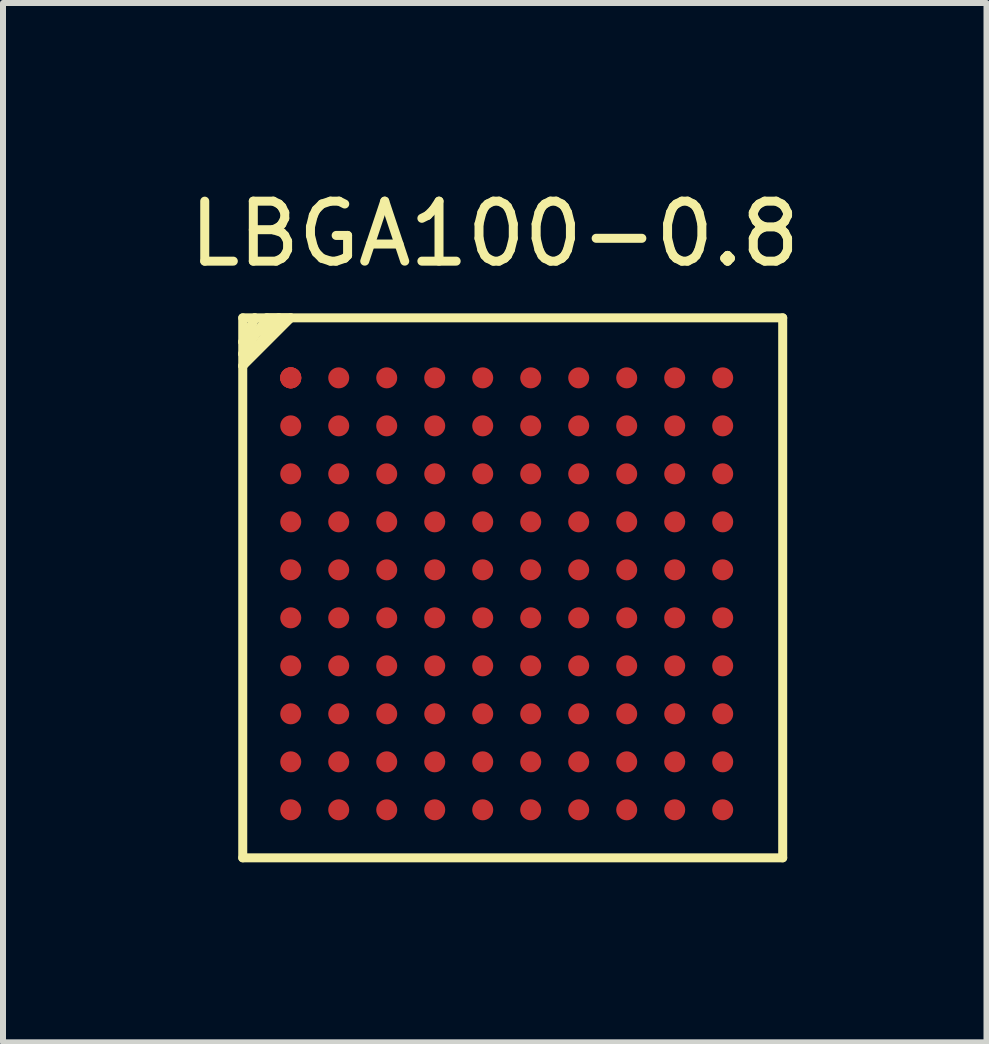
<source format=kicad_pcb>
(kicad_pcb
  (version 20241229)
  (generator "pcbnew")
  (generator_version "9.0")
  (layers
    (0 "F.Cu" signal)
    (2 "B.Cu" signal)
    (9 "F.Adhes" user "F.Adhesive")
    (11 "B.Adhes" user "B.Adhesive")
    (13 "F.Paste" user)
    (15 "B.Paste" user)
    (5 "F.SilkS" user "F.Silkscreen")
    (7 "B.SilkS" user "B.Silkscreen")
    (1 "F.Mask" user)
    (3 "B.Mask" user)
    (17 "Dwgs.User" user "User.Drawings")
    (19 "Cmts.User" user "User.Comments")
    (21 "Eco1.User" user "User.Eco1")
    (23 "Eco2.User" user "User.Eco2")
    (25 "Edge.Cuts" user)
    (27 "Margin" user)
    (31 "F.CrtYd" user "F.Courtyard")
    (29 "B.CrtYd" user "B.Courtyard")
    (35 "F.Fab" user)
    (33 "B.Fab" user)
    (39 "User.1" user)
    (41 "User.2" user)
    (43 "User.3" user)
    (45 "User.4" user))
  (footprint "LBGA100-0.8"
    (layer "F.Cu")
    (at 5.396 6.848)
    (property "Reference" "LBGA100-0.8" (at -0.2 -6 0) (layer "F.SilkS") (effects (font (size 1 1) (thickness 0.15))))
    (attr through_hole)
    (fp_line (start -4.4 -4.6) (end -4.4 4.4) (stroke (width 0.15) (type solid)) (layer "F.SilkS"))
    (fp_line (start -4.4 -4.2) (end -4.2 -4.6) (stroke (width 0.15) (type solid)) (layer "F.SilkS"))
    (fp_line (start -4.4 -4) (end -4 -4.6) (stroke (width 0.15) (type solid)) (layer "F.SilkS"))
    (fp_line (start -4.4 -3.8) (end -3.8 -4.6) (stroke (width 0.15) (type solid)) (layer "F.SilkS"))
    (fp_line (start -4.4 4.4) (end 4.6 4.4) (stroke (width 0.15) (type solid)) (layer "F.SilkS"))
    (fp_line (start -4.2 -4.6) (end -4.4 -4) (stroke (width 0.15) (type solid)) (layer "F.SilkS"))
    (fp_line (start -4 -4.6) (end -3.6 -4.6) (stroke (width 0.15) (type solid)) (layer "F.SilkS"))
    (fp_line (start -3.8 -4.6) (end -4.4 -4.2) (stroke (width 0.15) (type solid)) (layer "F.SilkS"))
    (fp_line (start -3.6 -4.6) (end -4.4 -3.8) (stroke (width 0.15) (type solid)) (layer "F.SilkS"))
    (fp_line (start 4.6 -4.6) (end -4.4 -4.6) (stroke (width 0.15) (type solid)) (layer "F.SilkS"))
    (fp_line (start 4.6 4.4) (end 4.6 -4.6) (stroke (width 0.15) (type solid)) (layer "F.SilkS"))
    (pad "A1" smd circle (at -3.6 -3.6) (size 0.35 0.35) (layers "F.Cu" "F.Mask" "F.Paste"))
    (pad "A1" smd circle (at -3.6 -3.6) (size 0.35 0.35) (layers "F.Cu" "F.Mask" "F.Paste"))
    (pad "A1" smd circle (at -3.6 -3.6) (size 0.35 0.35) (layers "F.Cu" "F.Mask" "F.Paste"))
    (pad "A1" smd circle (at -3.6 -3.6) (size 0.35 0.35) (layers "F.Cu" "F.Mask" "F.Paste"))
    (pad "A2" smd circle (at -2.8 -3.6) (size 0.35 0.35) (layers "F.Cu" "F.Mask" "F.Paste"))
    (pad "A3" smd circle (at -2 -3.6) (size 0.35 0.35) (layers "F.Cu" "F.Mask" "F.Paste"))
    (pad "A4" smd circle (at -1.2 -3.6) (size 0.35 0.35) (layers "F.Cu" "F.Mask" "F.Paste"))
    (pad "A5" smd circle (at -0.4 -3.6) (size 0.35 0.35) (layers "F.Cu" "F.Mask" "F.Paste"))
    (pad "A6" smd circle (at 0.4 -3.6) (size 0.35 0.35) (layers "F.Cu" "F.Mask" "F.Paste"))
    (pad "A7" smd circle (at 1.2 -3.6) (size 0.35 0.35) (layers "F.Cu" "F.Mask" "F.Paste"))
    (pad "A8" smd circle (at 2 -3.6) (size 0.35 0.35) (layers "F.Cu" "F.Mask" "F.Paste"))
    (pad "A9" smd circle (at 2.8 -3.6) (size 0.35 0.35) (layers "F.Cu" "F.Mask" "F.Paste"))
    (pad "A10" smd circle (at 3.6 -3.6) (size 0.35 0.35) (layers "F.Cu" "F.Mask" "F.Paste"))
    (pad "B1" smd circle (at -3.6 -2.8) (size 0.35 0.35) (layers "F.Cu" "F.Mask" "F.Paste"))
    (pad "B2" smd circle (at -2.8 -2.8) (size 0.35 0.35) (layers "F.Cu" "F.Mask" "F.Paste"))
    (pad "B3" smd circle (at -2 -2.8) (size 0.35 0.35) (layers "F.Cu" "F.Mask" "F.Paste"))
    (pad "B4" smd circle (at -1.2 -2.8) (size 0.35 0.35) (layers "F.Cu" "F.Mask" "F.Paste"))
    (pad "B5" smd circle (at -0.4 -2.8) (size 0.35 0.35) (layers "F.Cu" "F.Mask" "F.Paste"))
    (pad "B6" smd circle (at 0.4 -2.8) (size 0.35 0.35) (layers "F.Cu" "F.Mask" "F.Paste"))
    (pad "B7" smd circle (at 1.2 -2.8) (size 0.35 0.35) (layers "F.Cu" "F.Mask" "F.Paste"))
    (pad "B8" smd circle (at 2 -2.8) (size 0.35 0.35) (layers "F.Cu" "F.Mask" "F.Paste"))
    (pad "B9" smd circle (at 2.8 -2.8) (size 0.35 0.35) (layers "F.Cu" "F.Mask" "F.Paste"))
    (pad "B10" smd circle (at 3.6 -2.8) (size 0.35 0.35) (layers "F.Cu" "F.Mask" "F.Paste"))
    (pad "C1" smd circle (at -3.6 -2) (size 0.35 0.35) (layers "F.Cu" "F.Mask" "F.Paste"))
    (pad "C2" smd circle (at -2.8 -2) (size 0.35 0.35) (layers "F.Cu" "F.Mask" "F.Paste"))
    (pad "C3" smd circle (at -2 -2) (size 0.35 0.35) (layers "F.Cu" "F.Mask" "F.Paste"))
    (pad "C4" smd circle (at -1.2 -2) (size 0.35 0.35) (layers "F.Cu" "F.Mask" "F.Paste"))
    (pad "C5" smd circle (at -0.4 -2) (size 0.35 0.35) (layers "F.Cu" "F.Mask" "F.Paste"))
    (pad "C6" smd circle (at 0.4 -2) (size 0.35 0.35) (layers "F.Cu" "F.Mask" "F.Paste"))
    (pad "C7" smd circle (at 1.2 -2) (size 0.35 0.35) (layers "F.Cu" "F.Mask" "F.Paste"))
    (pad "C8" smd circle (at 2 -2) (size 0.35 0.35) (layers "F.Cu" "F.Mask" "F.Paste"))
    (pad "C9" smd circle (at 2.8 -2) (size 0.35 0.35) (layers "F.Cu" "F.Mask" "F.Paste"))
    (pad "C10" smd circle (at 3.6 -2) (size 0.35 0.35) (layers "F.Cu" "F.Mask" "F.Paste"))
    (pad "D1" smd circle (at -3.6 -1.2) (size 0.35 0.35) (layers "F.Cu" "F.Mask" "F.Paste"))
    (pad "D2" smd circle (at -2.8 -1.2) (size 0.35 0.35) (layers "F.Cu" "F.Mask" "F.Paste"))
    (pad "D3" smd circle (at -2 -1.2) (size 0.35 0.35) (layers "F.Cu" "F.Mask" "F.Paste"))
    (pad "D4" smd circle (at -1.2 -1.2) (size 0.35 0.35) (layers "F.Cu" "F.Mask" "F.Paste"))
    (pad "D5" smd circle (at -0.4 -1.2) (size 0.35 0.35) (layers "F.Cu" "F.Mask" "F.Paste"))
    (pad "D6" smd circle (at 0.4 -1.2) (size 0.35 0.35) (layers "F.Cu" "F.Mask" "F.Paste"))
    (pad "D7" smd circle (at 1.2 -1.2) (size 0.35 0.35) (layers "F.Cu" "F.Mask" "F.Paste"))
    (pad "D8" smd circle (at 2 -1.2) (size 0.35 0.35) (layers "F.Cu" "F.Mask" "F.Paste"))
    (pad "D9" smd circle (at 2.8 -1.2) (size 0.35 0.35) (layers "F.Cu" "F.Mask" "F.Paste"))
    (pad "D10" smd circle (at 3.6 -1.2) (size 0.35 0.35) (layers "F.Cu" "F.Mask" "F.Paste"))
    (pad "E1" smd circle (at -3.6 -0.4) (size 0.35 0.35) (layers "F.Cu" "F.Mask" "F.Paste"))
    (pad "E2" smd circle (at -2.8 -0.4) (size 0.35 0.35) (layers "F.Cu" "F.Mask" "F.Paste"))
    (pad "E3" smd circle (at -2 -0.4) (size 0.35 0.35) (layers "F.Cu" "F.Mask" "F.Paste"))
    (pad "E4" smd circle (at -1.2 -0.4) (size 0.35 0.35) (layers "F.Cu" "F.Mask" "F.Paste"))
    (pad "E5" smd circle (at -0.4 -0.4) (size 0.35 0.35) (layers "F.Cu" "F.Mask" "F.Paste"))
    (pad "E6" smd circle (at 0.4 -0.4) (size 0.35 0.35) (layers "F.Cu" "F.Mask" "F.Paste"))
    (pad "E7" smd circle (at 1.2 -0.4) (size 0.35 0.35) (layers "F.Cu" "F.Mask" "F.Paste"))
    (pad "E8" smd circle (at 2 -0.4) (size 0.35 0.35) (layers "F.Cu" "F.Mask" "F.Paste"))
    (pad "E9" smd circle (at 2.8 -0.4) (size 0.35 0.35) (layers "F.Cu" "F.Mask" "F.Paste"))
    (pad "E10" smd circle (at 3.6 -0.4) (size 0.35 0.35) (layers "F.Cu" "F.Mask" "F.Paste"))
    (pad "F1" smd circle (at -3.6 0.4) (size 0.35 0.35) (layers "F.Cu" "F.Mask" "F.Paste"))
    (pad "F2" smd circle (at -2.8 0.4) (size 0.35 0.35) (layers "F.Cu" "F.Mask" "F.Paste"))
    (pad "F3" smd circle (at -2 0.4) (size 0.35 0.35) (layers "F.Cu" "F.Mask" "F.Paste"))
    (pad "F4" smd circle (at -1.2 0.4) (size 0.35 0.35) (layers "F.Cu" "F.Mask" "F.Paste"))
    (pad "F5" smd circle (at -0.4 0.4) (size 0.35 0.35) (layers "F.Cu" "F.Mask" "F.Paste"))
    (pad "F6" smd circle (at 0.4 0.4) (size 0.35 0.35) (layers "F.Cu" "F.Mask" "F.Paste"))
    (pad "F7" smd circle (at 1.2 0.4) (size 0.35 0.35) (layers "F.Cu" "F.Mask" "F.Paste"))
    (pad "F8" smd circle (at 2 0.4) (size 0.35 0.35) (layers "F.Cu" "F.Mask" "F.Paste"))
    (pad "F9" smd circle (at 2.8 0.4) (size 0.35 0.35) (layers "F.Cu" "F.Mask" "F.Paste"))
    (pad "F10" smd circle (at 3.6 0.4) (size 0.35 0.35) (layers "F.Cu" "F.Mask" "F.Paste"))
    (pad "G1" smd circle (at -3.6 1.2) (size 0.35 0.35) (layers "F.Cu" "F.Mask" "F.Paste"))
    (pad "G2" smd circle (at -2.8 1.2) (size 0.35 0.35) (layers "F.Cu" "F.Mask" "F.Paste"))
    (pad "G3" smd circle (at -2 1.2) (size 0.35 0.35) (layers "F.Cu" "F.Mask" "F.Paste"))
    (pad "G4" smd circle (at -1.2 1.2) (size 0.35 0.35) (layers "F.Cu" "F.Mask" "F.Paste"))
    (pad "G5" smd circle (at -0.4 1.2) (size 0.35 0.35) (layers "F.Cu" "F.Mask" "F.Paste"))
    (pad "G6" smd circle (at 0.4 1.2) (size 0.35 0.35) (layers "F.Cu" "F.Mask" "F.Paste"))
    (pad "G7" smd circle (at 1.2 1.2) (size 0.35 0.35) (layers "F.Cu" "F.Mask" "F.Paste"))
    (pad "G8" smd circle (at 2 1.2) (size 0.35 0.35) (layers "F.Cu" "F.Mask" "F.Paste"))
    (pad "G9" smd circle (at 2.8 1.2) (size 0.35 0.35) (layers "F.Cu" "F.Mask" "F.Paste"))
    (pad "G10" smd circle (at 3.6 1.2) (size 0.35 0.35) (layers "F.Cu" "F.Mask" "F.Paste"))
    (pad "H1" smd circle (at -3.6 2) (size 0.35 0.35) (layers "F.Cu" "F.Mask" "F.Paste"))
    (pad "H2" smd circle (at -2.8 2) (size 0.35 0.35) (layers "F.Cu" "F.Mask" "F.Paste"))
    (pad "H3" smd circle (at -2 2) (size 0.35 0.35) (layers "F.Cu" "F.Mask" "F.Paste"))
    (pad "H4" smd circle (at -1.2 2) (size 0.35 0.35) (layers "F.Cu" "F.Mask" "F.Paste"))
    (pad "H5" smd circle (at -0.4 2) (size 0.35 0.35) (layers "F.Cu" "F.Mask" "F.Paste"))
    (pad "H6" smd circle (at 0.4 2) (size 0.35 0.35) (layers "F.Cu" "F.Mask" "F.Paste"))
    (pad "H7" smd circle (at 1.2 2) (size 0.35 0.35) (layers "F.Cu" "F.Mask" "F.Paste"))
    (pad "H8" smd circle (at 2 2) (size 0.35 0.35) (layers "F.Cu" "F.Mask" "F.Paste"))
    (pad "H9" smd circle (at 2.8 2) (size 0.35 0.35) (layers "F.Cu" "F.Mask" "F.Paste"))
    (pad "H10" smd circle (at 3.6 2) (size 0.35 0.35) (layers "F.Cu" "F.Mask" "F.Paste"))
    (pad "J1" smd circle (at -3.6 2.8) (size 0.35 0.35) (layers "F.Cu" "F.Mask" "F.Paste"))
    (pad "J2" smd circle (at -2.8 2.8) (size 0.35 0.35) (layers "F.Cu" "F.Mask" "F.Paste"))
    (pad "J3" smd circle (at -2 2.8) (size 0.35 0.35) (layers "F.Cu" "F.Mask" "F.Paste"))
    (pad "J4" smd circle (at -1.2 2.8) (size 0.35 0.35) (layers "F.Cu" "F.Mask" "F.Paste"))
    (pad "J5" smd circle (at -0.4 2.8) (size 0.35 0.35) (layers "F.Cu" "F.Mask" "F.Paste"))
    (pad "J6" smd circle (at 0.4 2.8) (size 0.35 0.35) (layers "F.Cu" "F.Mask" "F.Paste"))
    (pad "J7" smd circle (at 1.2 2.8) (size 0.35 0.35) (layers "F.Cu" "F.Mask" "F.Paste"))
    (pad "J8" smd circle (at 2 2.8) (size 0.35 0.35) (layers "F.Cu" "F.Mask" "F.Paste"))
    (pad "J9" smd circle (at 2.8 2.8) (size 0.35 0.35) (layers "F.Cu" "F.Mask" "F.Paste"))
    (pad "J10" smd circle (at 3.6 2.8) (size 0.35 0.35) (layers "F.Cu" "F.Mask" "F.Paste"))
    (pad "K1" smd circle (at -3.6 3.6) (size 0.35 0.35) (layers "F.Cu" "F.Mask" "F.Paste"))
    (pad "K2" smd circle (at -2.8 3.6) (size 0.35 0.35) (layers "F.Cu" "F.Mask" "F.Paste"))
    (pad "K3" smd circle (at -2 3.6) (size 0.35 0.35) (layers "F.Cu" "F.Mask" "F.Paste"))
    (pad "K4" smd circle (at -1.2 3.6) (size 0.35 0.35) (layers "F.Cu" "F.Mask" "F.Paste"))
    (pad "K5" smd circle (at -0.4 3.6) (size 0.35 0.35) (layers "F.Cu" "F.Mask" "F.Paste"))
    (pad "K6" smd circle (at 0.4 3.6) (size 0.35 0.35) (layers "F.Cu" "F.Mask" "F.Paste"))
    (pad "K7" smd circle (at 1.2 3.6) (size 0.35 0.35) (layers "F.Cu" "F.Mask" "F.Paste"))
    (pad "K8" smd circle (at 2 3.6) (size 0.35 0.35) (layers "F.Cu" "F.Mask" "F.Paste"))
    (pad "K9" smd circle (at 2.8 3.6) (size 0.35 0.35) (layers "F.Cu" "F.Mask" "F.Paste"))
    (pad "K10" smd circle (at 3.6 3.6) (size 0.35 0.35) (layers "F.Cu" "F.Mask" "F.Paste")))
  (gr_rect
    (start -3 -3)
    (end 13.393 14.323)
    (stroke (width 0.1) (type default))
    (fill no)
    (layer "Edge.Cuts")))
</source>
